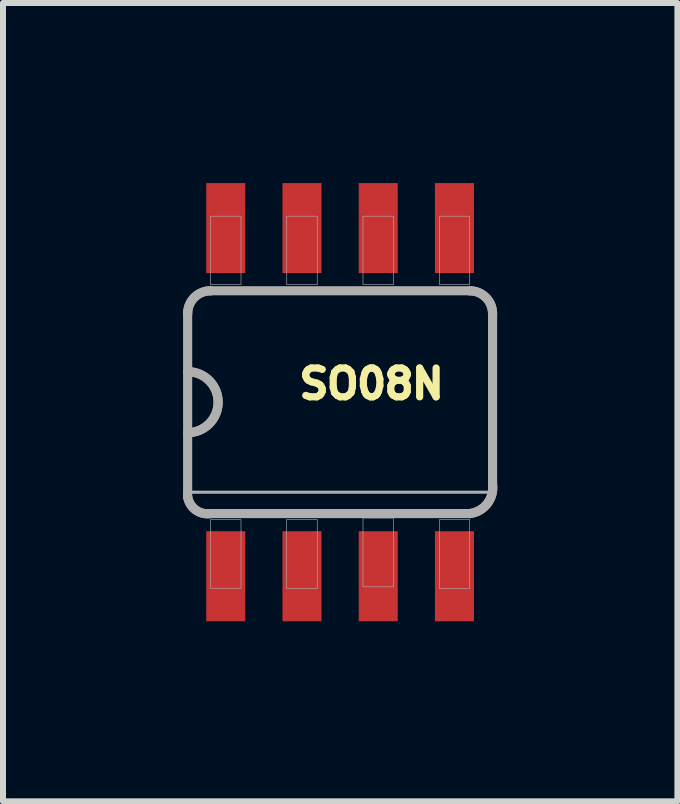
<source format=kicad_pcb>
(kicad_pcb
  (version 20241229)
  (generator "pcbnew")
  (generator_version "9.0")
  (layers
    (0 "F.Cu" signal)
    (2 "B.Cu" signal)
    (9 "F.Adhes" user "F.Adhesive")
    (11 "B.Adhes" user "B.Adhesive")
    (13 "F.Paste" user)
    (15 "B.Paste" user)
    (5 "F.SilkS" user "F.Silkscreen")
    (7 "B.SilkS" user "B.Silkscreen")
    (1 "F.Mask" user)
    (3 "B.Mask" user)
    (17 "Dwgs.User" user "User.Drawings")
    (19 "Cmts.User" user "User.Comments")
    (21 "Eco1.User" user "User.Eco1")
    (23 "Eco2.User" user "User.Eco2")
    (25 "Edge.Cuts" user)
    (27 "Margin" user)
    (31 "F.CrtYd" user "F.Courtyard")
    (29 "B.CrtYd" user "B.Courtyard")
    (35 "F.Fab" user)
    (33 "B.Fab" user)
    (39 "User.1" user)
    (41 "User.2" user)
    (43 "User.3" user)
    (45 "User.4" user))
  (footprint "SO08N"
    (layer "F.Cu")
    (at 2.616 3.65)
    (property "Reference" "SO08N" (at 0.525 -0.305 0) (layer "F.SilkS") (effects (font (size 0.48 0.48) (thickness 0.15))))
    (attr smd)
    (fp_line (start -2.54 -1.475) (end -2.54 -0.508) (stroke (width 0.152) (type solid)) (layer "F.Fab"))
    (fp_line (start -2.54 -0.508) (end -2.54 0.508) (stroke (width 0.152) (type solid)) (layer "F.Fab"))
    (fp_line (start -2.54 0.508) (end -2.54 1.5) (stroke (width 0.152) (type solid)) (layer "F.Fab"))
    (fp_line (start -2.54 1.5) (end -2.54 1.575) (stroke (width 0.152) (type solid)) (layer "F.Fab"))
    (fp_line (start -2.54 1.5) (end 2.54 1.5) (stroke (width 0.051) (type solid)) (layer "F.Fab"))
    (fp_line (start -2.159 1.856) (end 2.159 1.856) (stroke (width 0.152) (type solid)) (layer "F.Fab"))
    (fp_line (start 2.159 -1.856) (end -2.159 -1.856) (stroke (width 0.152) (type solid)) (layer "F.Fab"))
    (fp_line (start 2.54 1.375) (end 2.54 -1.475) (stroke (width 0.152) (type solid)) (layer "F.Fab"))
    (fp_arc (start -2.54 -1.4748) (mid -2.428408 -1.744208) (end -2.159 -1.8558) (stroke (width 0.1524) (type solid)) (layer "F.Fab"))
    (fp_arc (start -2.54 -1.4748) (mid -2.428408 -1.744208) (end -2.159 -1.8558) (stroke (width 0.1524) (type solid)) (layer "F.Fab"))
    (fp_arc (start -2.54 -0.508) (mid -2.032 0) (end -2.54 0.508) (stroke (width 0.1524) (type solid)) (layer "F.Fab"))
    (fp_arc (start -2.54 -0.508) (mid -2.032 0) (end -2.54 0.508) (stroke (width 0.1524) (type solid)) (layer "F.Fab"))
    (fp_arc (start -2.159 1.8558) (mid -2.407697 1.794208) (end -2.54 1.5748) (stroke (width 0.1524) (type solid)) (layer "F.Fab"))
    (fp_arc (start -2.159 1.8558) (mid -2.407697 1.794208) (end -2.54 1.5748) (stroke (width 0.1524) (type solid)) (layer "F.Fab"))
    (fp_arc (start 2.159 -1.8558) (mid 2.428408 -1.744208) (end 2.54 -1.4748) (stroke (width 0.1524) (type solid)) (layer "F.Fab"))
    (fp_arc (start 2.159 -1.8558) (mid 2.428408 -1.744208) (end 2.54 -1.4748) (stroke (width 0.1524) (type solid)) (layer "F.Fab"))
    (fp_arc (start 2.54 1.3748) (mid 2.449118 1.694208) (end 2.159 1.8558) (stroke (width 0.1524) (type solid)) (layer "F.Fab"))
    (fp_arc (start 2.54 1.3748) (mid 2.449118 1.694208) (end 2.159 1.8558) (stroke (width 0.1524) (type solid)) (layer "F.Fab"))
    (fp_poly (pts (xy -2.162 -3.099) (xy -1.651 -3.099) (xy -1.651 -1.959) (xy -2.162 -1.959)) (stroke (width 0.01) (type solid)) (fill no) (layer "F.Fab"))
    (fp_poly (pts (xy -2.16 1.956) (xy -1.651 1.956) (xy -1.651 3.1) (xy -2.16 3.1)) (stroke (width 0.01) (type solid)) (fill no) (layer "F.Fab"))
    (fp_poly (pts (xy -0.891 1.956) (xy -0.381 1.956) (xy -0.381 3.104) (xy -0.891 3.104)) (stroke (width 0.01) (type solid)) (fill no) (layer "F.Fab"))
    (fp_poly (pts (xy -0.889 -3.099) (xy -0.381 -3.099) (xy -0.381 -1.957) (xy -0.889 -1.957)) (stroke (width 0.01) (type solid)) (fill no) (layer "F.Fab"))
    (fp_poly (pts (xy 0.381 -3.099) (xy 0.889 -3.099) (xy 0.889 -1.957) (xy 0.381 -1.957)) (stroke (width 0.01) (type solid)) (fill no) (layer "F.Fab"))
    (fp_poly (pts (xy 0.381 1.93) (xy 0.889 1.93) (xy 0.889 3.076) (xy 0.381 3.076)) (stroke (width 0.01) (type solid)) (fill no) (layer "F.Fab"))
    (fp_poly (pts (xy 1.653 -3.099) (xy 2.159 -3.099) (xy 2.159 -1.958) (xy 1.653 -1.958)) (stroke (width 0.01) (type solid)) (fill no) (layer "F.Fab"))
    (fp_poly (pts (xy 1.654 1.956) (xy 2.159 1.956) (xy 2.159 3.104) (xy 1.654 3.104)) (stroke (width 0.01) (type solid)) (fill no) (layer "F.Fab"))
    (pad "1" smd rect (at -1.905 2.9) (size 0.65 1.5) (layers "F.Cu" "F.Mask" "F.Paste"))
    (pad "2" smd rect (at -0.635 2.9) (size 0.65 1.5) (layers "F.Cu" "F.Mask" "F.Paste"))
    (pad "3" smd rect (at 0.635 2.9) (size 0.65 1.5) (layers "F.Cu" "F.Mask" "F.Paste"))
    (pad "4" smd rect (at 1.905 2.9) (size 0.65 1.5) (layers "F.Cu" "F.Mask" "F.Paste"))
    (pad "5" smd rect (at 1.905 -2.9) (size 0.65 1.5) (layers "F.Cu" "F.Mask" "F.Paste"))
    (pad "6" smd rect (at 0.635 -2.9) (size 0.65 1.5) (layers "F.Cu" "F.Mask" "F.Paste"))
    (pad "7" smd rect (at -0.635 -2.9) (size 0.65 1.5) (layers "F.Cu" "F.Mask" "F.Paste"))
    (pad "8" smd rect (at -1.905 -2.9) (size 0.65 1.5) (layers "F.Cu" "F.Mask" "F.Paste")))
  (gr_rect
    (start -3 -3)
    (end 8.235 10.3)
    (stroke (width 0.1) (type default))
    (fill no)
    (layer "Edge.Cuts")))
</source>
